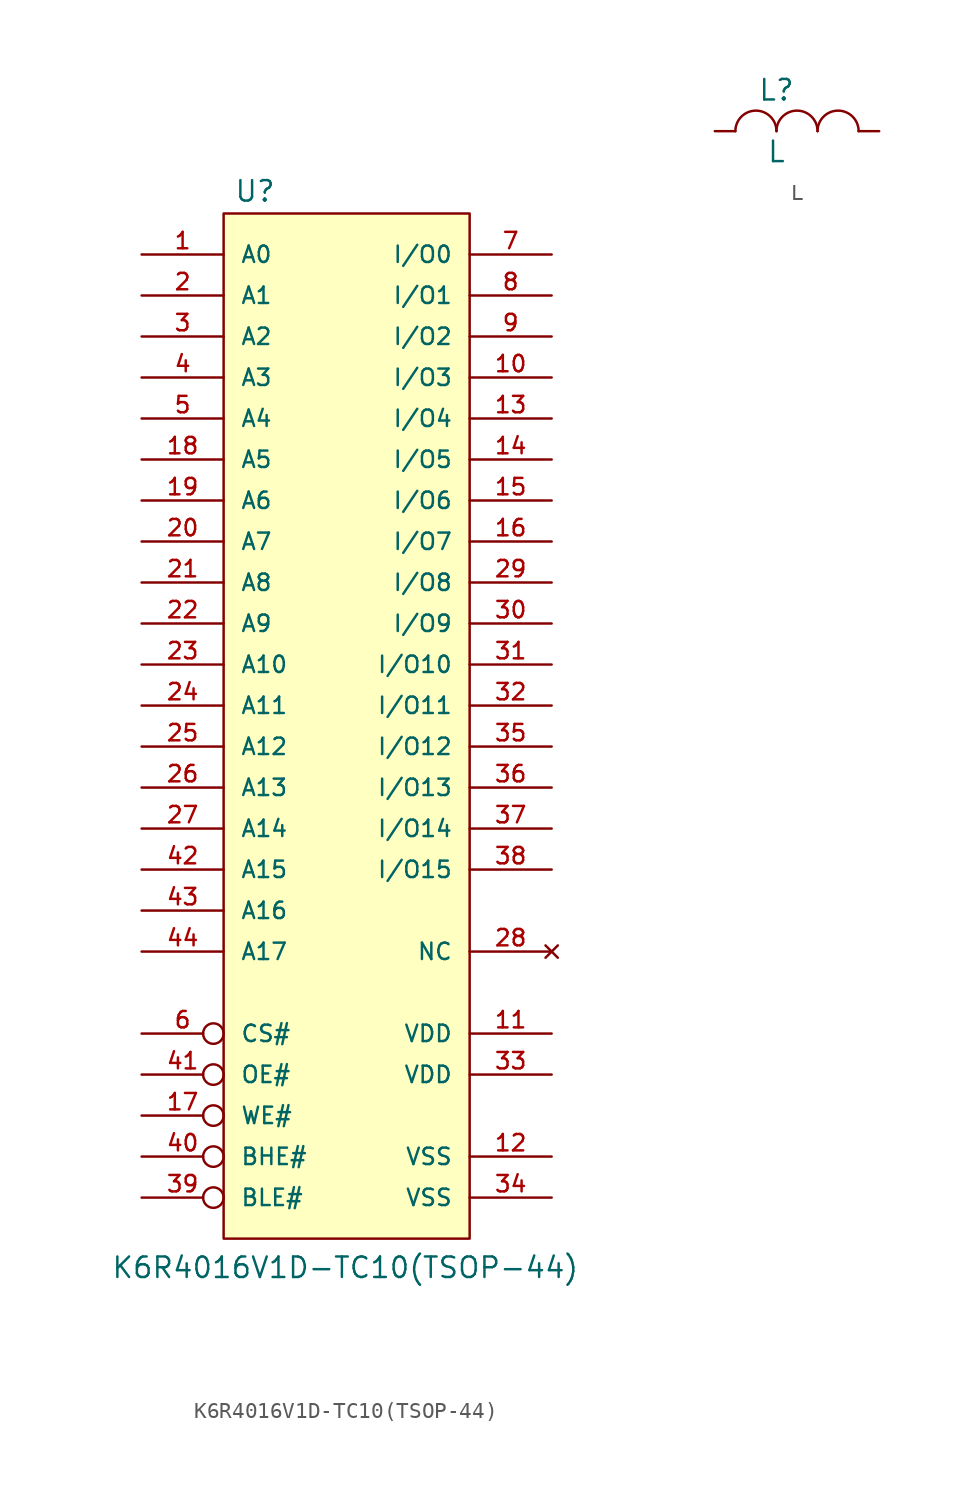
<source format=kicad_sym>
(kicad_symbol_lib
  (version 20211014)
  (generator kicad_symbol_editor)
  (symbol "K6R4016V1D-TC10(TSOP-44)"
    (pin_names
      (offset 1.016))
    (property "Reference" "U"
      (at -6.985 31.115 0)
      (effects (font (size 1.27 1.27)) (justify left bottom)))
    (property "Value" "K6R4016V1D-TC10(TSOP-44)"
      (at -14.605 -35.56 0)
      (effects (font (size 1.27 1.27)) (justify left bottom)))
    (property "Datasheet" ""
      (at 0 0 0)
      (effects (font (size 1.524 1.524))))
    (symbol "K6R4016V1D-TC10(TSOP-44)_0_1"
      (rectangle (start -7.62 -33.02) (end 7.62 30.48) (stroke (width 0) (type default) (color 0 0 0 0)) (fill (type background))))
    (symbol "K6R4016V1D-TC10(TSOP-44)_1_1"
      (pin input line (at -12.7 27.94 0) (length 5.08) (name "A0" (effects (font (size 1.016 1.016)))) (number "1" (effects (font (size 1.016 1.016)))))
      (pin bidirectional line (at 12.7 20.32 180) (length 5.08) (name "I/O3" (effects (font (size 1.016 1.016)))) (number "10" (effects (font (size 1.016 1.016)))))
      (pin power_in line (at 12.7 -20.32 180) (length 5.08) (name "VDD" (effects (font (size 1.016 1.016)))) (number "11" (effects (font (size 1.016 1.016)))))
      (pin power_in line (at 12.7 -27.94 180) (length 5.08) (name "VSS" (effects (font (size 1.016 1.016)))) (number "12" (effects (font (size 1.016 1.016)))))
      (pin bidirectional line (at 12.7 17.78 180) (length 5.08) (name "I/O4" (effects (font (size 1.016 1.016)))) (number "13" (effects (font (size 1.016 1.016)))))
      (pin bidirectional line (at 12.7 15.24 180) (length 5.08) (name "I/O5" (effects (font (size 1.016 1.016)))) (number "14" (effects (font (size 1.016 1.016)))))
      (pin bidirectional line (at 12.7 12.7 180) (length 5.08) (name "I/O6" (effects (font (size 1.016 1.016)))) (number "15" (effects (font (size 1.016 1.016)))))
      (pin bidirectional line (at 12.7 10.16 180) (length 5.08) (name "I/O7" (effects (font (size 1.016 1.016)))) (number "16" (effects (font (size 1.016 1.016)))))
      (pin input inverted (at -12.7 -25.4 0) (length 5.08) (name "WE#" (effects (font (size 1.016 1.016)))) (number "17" (effects (font (size 1.016 1.016)))))
      (pin input line (at -12.7 15.24 0) (length 5.08) (name "A5" (effects (font (size 1.016 1.016)))) (number "18" (effects (font (size 1.016 1.016)))))
      (pin input line (at -12.7 12.7 0) (length 5.08) (name "A6" (effects (font (size 1.016 1.016)))) (number "19" (effects (font (size 1.016 1.016)))))
      (pin input line (at -12.7 25.4 0) (length 5.08) (name "A1" (effects (font (size 1.016 1.016)))) (number "2" (effects (font (size 1.016 1.016)))))
      (pin input line (at -12.7 10.16 0) (length 5.08) (name "A7" (effects (font (size 1.016 1.016)))) (number "20" (effects (font (size 1.016 1.016)))))
      (pin input line (at -12.7 7.62 0) (length 5.08) (name "A8" (effects (font (size 1.016 1.016)))) (number "21" (effects (font (size 1.016 1.016)))))
      (pin input line (at -12.7 5.08 0) (length 5.08) (name "A9" (effects (font (size 1.016 1.016)))) (number "22" (effects (font (size 1.016 1.016)))))
      (pin input line (at -12.7 2.54 0) (length 5.08) (name "A10" (effects (font (size 1.016 1.016)))) (number "23" (effects (font (size 1.016 1.016)))))
      (pin input line (at -12.7 0 0) (length 5.08) (name "A11" (effects (font (size 1.016 1.016)))) (number "24" (effects (font (size 1.016 1.016)))))
      (pin input line (at -12.7 -2.54 0) (length 5.08) (name "A12" (effects (font (size 1.016 1.016)))) (number "25" (effects (font (size 1.016 1.016)))))
      (pin input line (at -12.7 -5.08 0) (length 5.08) (name "A13" (effects (font (size 1.016 1.016)))) (number "26" (effects (font (size 1.016 1.016)))))
      (pin input line (at -12.7 -7.62 0) (length 5.08) (name "A14" (effects (font (size 1.016 1.016)))) (number "27" (effects (font (size 1.016 1.016)))))
      (pin no_connect line (at 12.7 -15.24 180) (length 5.08) (name "NC" (effects (font (size 1.016 1.016)))) (number "28" (effects (font (size 1.016 1.016)))))
      (pin bidirectional line (at 12.7 7.62 180) (length 5.08) (name "I/O8" (effects (font (size 1.016 1.016)))) (number "29" (effects (font (size 1.016 1.016)))))
      (pin input line (at -12.7 22.86 0) (length 5.08) (name "A2" (effects (font (size 1.016 1.016)))) (number "3" (effects (font (size 1.016 1.016)))))
      (pin bidirectional line (at 12.7 5.08 180) (length 5.08) (name "I/O9" (effects (font (size 1.016 1.016)))) (number "30" (effects (font (size 1.016 1.016)))))
      (pin bidirectional line (at 12.7 2.54 180) (length 5.08) (name "I/O10" (effects (font (size 1.016 1.016)))) (number "31" (effects (font (size 1.016 1.016)))))
      (pin bidirectional line (at 12.7 0 180) (length 5.08) (name "I/O11" (effects (font (size 1.016 1.016)))) (number "32" (effects (font (size 1.016 1.016)))))
      (pin power_in line (at 12.7 -22.86 180) (length 5.08) (name "VDD" (effects (font (size 1.016 1.016)))) (number "33" (effects (font (size 1.016 1.016)))))
      (pin power_in line (at 12.7 -30.48 180) (length 5.08) (name "VSS" (effects (font (size 1.016 1.016)))) (number "34" (effects (font (size 1.016 1.016)))))
      (pin bidirectional line (at 12.7 -2.54 180) (length 5.08) (name "I/O12" (effects (font (size 1.016 1.016)))) (number "35" (effects (font (size 1.016 1.016)))))
      (pin bidirectional line (at 12.7 -5.08 180) (length 5.08) (name "I/O13" (effects (font (size 1.016 1.016)))) (number "36" (effects (font (size 1.016 1.016)))))
      (pin bidirectional line (at 12.7 -7.62 180) (length 5.08) (name "I/O14" (effects (font (size 1.016 1.016)))) (number "37" (effects (font (size 1.016 1.016)))))
      (pin bidirectional line (at 12.7 -10.16 180) (length 5.08) (name "I/O15" (effects (font (size 1.016 1.016)))) (number "38" (effects (font (size 1.016 1.016)))))
      (pin input inverted (at -12.7 -30.48 0) (length 5.08) (name "BLE#" (effects (font (size 1.016 1.016)))) (number "39" (effects (font (size 1.016 1.016)))))
      (pin input line (at -12.7 20.32 0) (length 5.08) (name "A3" (effects (font (size 1.016 1.016)))) (number "4" (effects (font (size 1.016 1.016)))))
      (pin input inverted (at -12.7 -27.94 0) (length 5.08) (name "BHE#" (effects (font (size 1.016 1.016)))) (number "40" (effects (font (size 1.016 1.016)))))
      (pin input inverted (at -12.7 -22.86 0) (length 5.08) (name "OE#" (effects (font (size 1.016 1.016)))) (number "41" (effects (font (size 1.016 1.016)))))
      (pin input line (at -12.7 -10.16 0) (length 5.08) (name "A15" (effects (font (size 1.016 1.016)))) (number "42" (effects (font (size 1.016 1.016)))))
      (pin input line (at -12.7 -12.7 0) (length 5.08) (name "A16" (effects (font (size 1.016 1.016)))) (number "43" (effects (font (size 1.016 1.016)))))
      (pin input line (at -12.7 -15.24 0) (length 5.08) (name "A17" (effects (font (size 1.016 1.016)))) (number "44" (effects (font (size 1.016 1.016)))))
      (pin input line (at -12.7 17.78 0) (length 5.08) (name "A4" (effects (font (size 1.016 1.016)))) (number "5" (effects (font (size 1.016 1.016)))))
      (pin input inverted (at -12.7 -20.32 0) (length 5.08) (name "CS#" (effects (font (size 1.016 1.016)))) (number "6" (effects (font (size 1.016 1.016)))))
      (pin bidirectional line (at 12.7 27.94 180) (length 5.08) (name "I/O0" (effects (font (size 1.016 1.016)))) (number "7" (effects (font (size 1.016 1.016)))))
      (pin bidirectional line (at 12.7 25.4 180) (length 5.08) (name "I/O1" (effects (font (size 1.016 1.016)))) (number "8" (effects (font (size 1.016 1.016)))))
      (pin bidirectional line (at 12.7 22.86 180) (length 5.08) (name "I/O2" (effects (font (size 1.016 1.016)))) (number "9" (effects (font (size 1.016 1.016)))))))
  (symbol "L"
    (pin_numbers hide)
    (pin_names
      (offset 0) hide)
    (property "Reference" "L"
      (at -1.27 2.54 0)
      (effects (font (size 1.27 1.27))))
    (property "Value" "L"
      (at -1.27 -1.27 0)
      (effects (font (size 1.27 1.27))))
    (property "Footprint" ""
      (at -1.27 0 0)
      (effects (font (size 1.524 1.524))))
    (property "Datasheet" ""
      (at -1.27 0 0)
      (effects (font (size 1.524 1.524))))
    (symbol "L_0_1"
      (arc (start -1.27 0) (mid -2.54 1.27) (end -3.81 0) (stroke (width 0) (type default) (color 0 0 0 0)) (fill (type none)))
      (arc (start 1.27 0) (mid 0 1.27) (end -1.27 0) (stroke (width 0) (type default) (color 0 0 0 0)) (fill (type none)))
      (arc (start 3.81 0) (mid 2.54 1.27) (end 1.27 0) (stroke (width 0) (type default) (color 0 0 0 0)) (fill (type none))))
    (symbol "L_1_1"
      (pin input line (at -5.08 0 0) (length 1.27) (name "1" (effects (font (size 0.762 0.762)))) (number "1" (effects (font (size 0.762 0.762)))))
      (pin input line (at 5.08 0 180) (length 1.27) (name "2" (effects (font (size 0.762 0.762)))) (number "2" (effects (font (size 0.762 0.762))))))))
</source>
